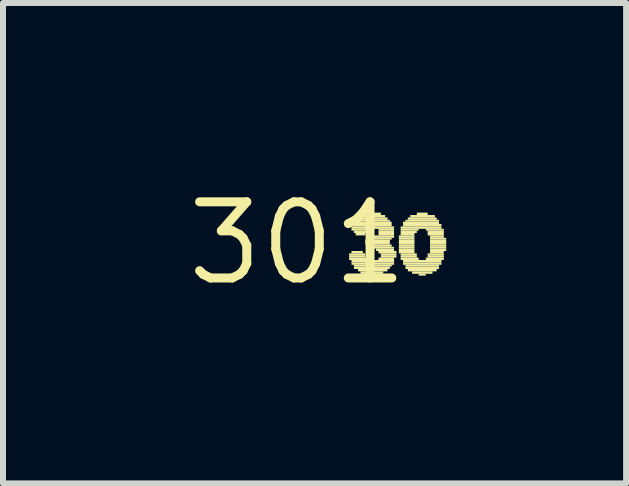
<source format=kicad_pcb>
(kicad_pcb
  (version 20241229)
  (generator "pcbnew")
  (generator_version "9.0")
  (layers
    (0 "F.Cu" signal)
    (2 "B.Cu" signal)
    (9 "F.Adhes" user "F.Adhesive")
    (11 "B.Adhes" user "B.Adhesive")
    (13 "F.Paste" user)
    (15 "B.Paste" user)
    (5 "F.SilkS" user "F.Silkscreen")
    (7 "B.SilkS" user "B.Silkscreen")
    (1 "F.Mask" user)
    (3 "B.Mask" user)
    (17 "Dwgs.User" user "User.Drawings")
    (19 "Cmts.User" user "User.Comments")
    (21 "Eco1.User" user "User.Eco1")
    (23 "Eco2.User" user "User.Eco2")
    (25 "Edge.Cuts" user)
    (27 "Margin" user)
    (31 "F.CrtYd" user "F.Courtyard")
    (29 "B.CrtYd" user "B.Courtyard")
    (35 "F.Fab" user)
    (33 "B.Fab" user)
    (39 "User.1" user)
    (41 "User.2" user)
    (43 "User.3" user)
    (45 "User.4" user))
  (footprint "301"
    (layer "F.Cu")
    (at 1.912 1.006)
    (property "Reference" "301" (at 0 0 0) (layer "F.SilkS") (effects (font (size 1.27 1.27) (thickness 0.15))))
    (fp_poly (pts (xy 0.86 0.21) (xy 1.13 0.21) (xy 1.13 0.17) (xy 0.86 0.17)) (stroke (width 0) (type default)) (fill yes) (layer "F.SilkS"))
    (fp_poly (pts (xy 0.86 0.24) (xy 1.13 0.24) (xy 1.13 0.21) (xy 0.86 0.21)) (stroke (width 0) (type default)) (fill yes) (layer "F.SilkS"))
    (fp_poly (pts (xy 0.86 0.28) (xy 1.16 0.28) (xy 1.16 0.24) (xy 0.86 0.24)) (stroke (width 0) (type default)) (fill yes) (layer "F.SilkS"))
    (fp_poly (pts (xy 0.9 -0.24) (xy 1.61 -0.24) (xy 1.61 -0.28) (xy 0.9 -0.28)) (stroke (width 0) (type default)) (fill yes) (layer "F.SilkS"))
    (fp_poly (pts (xy 0.9 -0.21) (xy 1.16 -0.21) (xy 1.16 -0.24) (xy 0.9 -0.24)) (stroke (width 0) (type default)) (fill yes) (layer "F.SilkS"))
    (fp_poly (pts (xy 0.9 0.17) (xy 1.09 0.17) (xy 1.09 0.13) (xy 0.9 0.13)) (stroke (width 0) (type default)) (fill yes) (layer "F.SilkS"))
    (fp_poly (pts (xy 0.9 0.32) (xy 1.61 0.32) (xy 1.61 0.28) (xy 0.9 0.28)) (stroke (width 0) (type default)) (fill yes) (layer "F.SilkS"))
    (fp_poly (pts (xy 0.9 0.36) (xy 1.61 0.36) (xy 1.61 0.32) (xy 0.9 0.32)) (stroke (width 0) (type default)) (fill yes) (layer "F.SilkS"))
    (fp_poly (pts (xy 0.94 -0.32) (xy 1.57 -0.32) (xy 1.57 -0.36) (xy 0.94 -0.36)) (stroke (width 0) (type default)) (fill yes) (layer "F.SilkS"))
    (fp_poly (pts (xy 0.94 -0.28) (xy 1.57 -0.28) (xy 1.57 -0.32) (xy 0.94 -0.32)) (stroke (width 0) (type default)) (fill yes) (layer "F.SilkS"))
    (fp_poly (pts (xy 0.94 -0.17) (xy 1.16 -0.17) (xy 1.16 -0.21) (xy 0.94 -0.21)) (stroke (width 0) (type default)) (fill yes) (layer "F.SilkS"))
    (fp_poly (pts (xy 0.94 0.39) (xy 1.57 0.39) (xy 1.57 0.36) (xy 0.94 0.36)) (stroke (width 0) (type default)) (fill yes) (layer "F.SilkS"))
    (fp_poly (pts (xy 0.94 0.43) (xy 1.54 0.43) (xy 1.54 0.39) (xy 0.94 0.39)) (stroke (width 0) (type default)) (fill yes) (layer "F.SilkS"))
    (fp_poly (pts (xy 0.97 -0.36) (xy 1.54 -0.36) (xy 1.54 -0.39) (xy 0.97 -0.39)) (stroke (width 0) (type default)) (fill yes) (layer "F.SilkS"))
    (fp_poly (pts (xy 0.97 -0.13) (xy 1.13 -0.13) (xy 1.13 -0.17) (xy 0.97 -0.17)) (stroke (width 0) (type default)) (fill yes) (layer "F.SilkS"))
    (fp_poly (pts (xy 1.01 -0.39) (xy 1.5 -0.39) (xy 1.5 -0.43) (xy 1.01 -0.43)) (stroke (width 0) (type default)) (fill yes) (layer "F.SilkS"))
    (fp_poly (pts (xy 1.01 0.47) (xy 1.5 0.47) (xy 1.5 0.43) (xy 1.01 0.43)) (stroke (width 0) (type default)) (fill yes) (layer "F.SilkS"))
    (fp_poly (pts (xy 1.05 -0.43) (xy 1.46 -0.43) (xy 1.46 -0.47) (xy 1.05 -0.47)) (stroke (width 0) (type default)) (fill yes) (layer "F.SilkS"))
    (fp_poly (pts (xy 1.05 0.51) (xy 1.43 0.51) (xy 1.43 0.47) (xy 1.05 0.47)) (stroke (width 0) (type default)) (fill yes) (layer "F.SilkS"))
    (fp_poly (pts (xy 1.13 -0.47) (xy 1.39 -0.47) (xy 1.39 -0.51) (xy 1.13 -0.51)) (stroke (width 0) (type default)) (fill yes) (layer "F.SilkS"))
    (fp_poly (pts (xy 1.13 -0.02) (xy 1.54 -0.02) (xy 1.54 -0.06) (xy 1.13 -0.06)) (stroke (width 0) (type default)) (fill yes) (layer "F.SilkS"))
    (fp_poly (pts (xy 1.13 0.02) (xy 1.54 0.02) (xy 1.54 -0.02) (xy 1.13 -0.02)) (stroke (width 0) (type default)) (fill yes) (layer "F.SilkS"))
    (fp_poly (pts (xy 1.16 -0.09) (xy 1.61 -0.09) (xy 1.61 -0.13) (xy 1.16 -0.13)) (stroke (width 0) (type default)) (fill yes) (layer "F.SilkS"))
    (fp_poly (pts (xy 1.16 -0.06) (xy 1.57 -0.06) (xy 1.57 -0.09) (xy 1.16 -0.09)) (stroke (width 0) (type default)) (fill yes) (layer "F.SilkS"))
    (fp_poly (pts (xy 1.16 0.06) (xy 1.57 0.06) (xy 1.57 0.02) (xy 1.16 0.02)) (stroke (width 0) (type default)) (fill yes) (layer "F.SilkS"))
    (fp_poly (pts (xy 1.16 0.09) (xy 1.61 0.09) (xy 1.61 0.06) (xy 1.16 0.06)) (stroke (width 0) (type default)) (fill yes) (layer "F.SilkS"))
    (fp_poly (pts (xy 1.2 0.54) (xy 1.31 0.54) (xy 1.31 0.51) (xy 1.2 0.51)) (stroke (width 0) (type default)) (fill yes) (layer "F.SilkS"))
    (fp_poly (pts (xy 1.31 0.13) (xy 1.61 0.13) (xy 1.61 0.09) (xy 1.31 0.09)) (stroke (width 0) (type default)) (fill yes) (layer "F.SilkS"))
    (fp_poly (pts (xy 1.35 -0.21) (xy 1.61 -0.21) (xy 1.61 -0.24) (xy 1.35 -0.24)) (stroke (width 0) (type default)) (fill yes) (layer "F.SilkS"))
    (fp_poly (pts (xy 1.35 -0.17) (xy 1.61 -0.17) (xy 1.61 -0.21) (xy 1.35 -0.21)) (stroke (width 0) (type default)) (fill yes) (layer "F.SilkS"))
    (fp_poly (pts (xy 1.35 -0.13) (xy 1.61 -0.13) (xy 1.61 -0.17) (xy 1.35 -0.17)) (stroke (width 0) (type default)) (fill yes) (layer "F.SilkS"))
    (fp_poly (pts (xy 1.35 0.17) (xy 1.65 0.17) (xy 1.65 0.13) (xy 1.35 0.13)) (stroke (width 0) (type default)) (fill yes) (layer "F.SilkS"))
    (fp_poly (pts (xy 1.35 0.28) (xy 1.61 0.28) (xy 1.61 0.24) (xy 1.35 0.24)) (stroke (width 0) (type default)) (fill yes) (layer "F.SilkS"))
    (fp_poly (pts (xy 1.39 0.21) (xy 1.65 0.21) (xy 1.65 0.17) (xy 1.39 0.17)) (stroke (width 0) (type default)) (fill yes) (layer "F.SilkS"))
    (fp_poly (pts (xy 1.39 0.24) (xy 1.65 0.24) (xy 1.65 0.21) (xy 1.39 0.21)) (stroke (width 0) (type default)) (fill yes) (layer "F.SilkS"))
    (fp_poly (pts (xy 1.69 -0.09) (xy 1.95 -0.09) (xy 1.95 -0.13) (xy 1.69 -0.13)) (stroke (width 0) (type default)) (fill yes) (layer "F.SilkS"))
    (fp_poly (pts (xy 1.69 -0.06) (xy 1.95 -0.06) (xy 1.95 -0.09) (xy 1.69 -0.09)) (stroke (width 0) (type default)) (fill yes) (layer "F.SilkS"))
    (fp_poly (pts (xy 1.69 -0.02) (xy 1.95 -0.02) (xy 1.95 -0.06) (xy 1.69 -0.06)) (stroke (width 0) (type default)) (fill yes) (layer "F.SilkS"))
    (fp_poly (pts (xy 1.69 0.02) (xy 1.95 0.02) (xy 1.95 -0.02) (xy 1.69 -0.02)) (stroke (width 0) (type default)) (fill yes) (layer "F.SilkS"))
    (fp_poly (pts (xy 1.69 0.06) (xy 1.95 0.06) (xy 1.95 0.02) (xy 1.69 0.02)) (stroke (width 0) (type default)) (fill yes) (layer "F.SilkS"))
    (fp_poly (pts (xy 1.69 0.09) (xy 1.95 0.09) (xy 1.95 0.06) (xy 1.69 0.06)) (stroke (width 0) (type default)) (fill yes) (layer "F.SilkS"))
    (fp_poly (pts (xy 1.69 0.13) (xy 1.95 0.13) (xy 1.95 0.09) (xy 1.69 0.09)) (stroke (width 0) (type default)) (fill yes) (layer "F.SilkS"))
    (fp_poly (pts (xy 1.69 0.17) (xy 1.95 0.17) (xy 1.95 0.13) (xy 1.69 0.13)) (stroke (width 0) (type default)) (fill yes) (layer "F.SilkS"))
    (fp_poly (pts (xy 1.72 -0.24) (xy 2.4 -0.24) (xy 2.4 -0.28) (xy 1.72 -0.28)) (stroke (width 0) (type default)) (fill yes) (layer "F.SilkS"))
    (fp_poly (pts (xy 1.72 -0.21) (xy 2.02 -0.21) (xy 2.02 -0.24) (xy 1.72 -0.24)) (stroke (width 0) (type default)) (fill yes) (layer "F.SilkS"))
    (fp_poly (pts (xy 1.72 -0.17) (xy 1.99 -0.17) (xy 1.99 -0.21) (xy 1.72 -0.21)) (stroke (width 0) (type default)) (fill yes) (layer "F.SilkS"))
    (fp_poly (pts (xy 1.72 -0.13) (xy 1.95 -0.13) (xy 1.95 -0.17) (xy 1.72 -0.17)) (stroke (width 0) (type default)) (fill yes) (layer "F.SilkS"))
    (fp_poly (pts (xy 1.72 0.21) (xy 1.99 0.21) (xy 1.99 0.17) (xy 1.72 0.17)) (stroke (width 0) (type default)) (fill yes) (layer "F.SilkS"))
    (fp_poly (pts (xy 1.72 0.24) (xy 1.99 0.24) (xy 1.99 0.21) (xy 1.72 0.21)) (stroke (width 0) (type default)) (fill yes) (layer "F.SilkS"))
    (fp_poly (pts (xy 1.72 0.28) (xy 2.02 0.28) (xy 2.02 0.24) (xy 1.72 0.24)) (stroke (width 0) (type default)) (fill yes) (layer "F.SilkS"))
    (fp_poly (pts (xy 1.76 -0.32) (xy 2.36 -0.32) (xy 2.36 -0.36) (xy 1.76 -0.36)) (stroke (width 0) (type default)) (fill yes) (layer "F.SilkS"))
    (fp_poly (pts (xy 1.76 -0.28) (xy 2.4 -0.28) (xy 2.4 -0.32) (xy 1.76 -0.32)) (stroke (width 0) (type default)) (fill yes) (layer "F.SilkS"))
    (fp_poly (pts (xy 1.76 0.32) (xy 2.4 0.32) (xy 2.4 0.28) (xy 1.76 0.28)) (stroke (width 0) (type default)) (fill yes) (layer "F.SilkS"))
    (fp_poly (pts (xy 1.76 0.36) (xy 2.4 0.36) (xy 2.4 0.32) (xy 1.76 0.32)) (stroke (width 0) (type default)) (fill yes) (layer "F.SilkS"))
    (fp_poly (pts (xy 1.8 -0.36) (xy 2.36 -0.36) (xy 2.36 -0.39) (xy 1.8 -0.39)) (stroke (width 0) (type default)) (fill yes) (layer "F.SilkS"))
    (fp_poly (pts (xy 1.8 0.39) (xy 2.36 0.39) (xy 2.36 0.36) (xy 1.8 0.36)) (stroke (width 0) (type default)) (fill yes) (layer "F.SilkS"))
    (fp_poly (pts (xy 1.8 0.43) (xy 2.36 0.43) (xy 2.36 0.39) (xy 1.8 0.39)) (stroke (width 0) (type default)) (fill yes) (layer "F.SilkS"))
    (fp_poly (pts (xy 1.84 -0.39) (xy 2.32 -0.39) (xy 2.32 -0.43) (xy 1.84 -0.43)) (stroke (width 0) (type default)) (fill yes) (layer "F.SilkS"))
    (fp_poly (pts (xy 1.84 0.47) (xy 2.32 0.47) (xy 2.32 0.43) (xy 1.84 0.43)) (stroke (width 0) (type default)) (fill yes) (layer "F.SilkS"))
    (fp_poly (pts (xy 1.88 -0.43) (xy 2.29 -0.43) (xy 2.29 -0.47) (xy 1.88 -0.47)) (stroke (width 0) (type default)) (fill yes) (layer "F.SilkS"))
    (fp_poly (pts (xy 1.91 0.51) (xy 2.25 0.51) (xy 2.25 0.47) (xy 1.91 0.47)) (stroke (width 0) (type default)) (fill yes) (layer "F.SilkS"))
    (fp_poly (pts (xy 1.99 -0.47) (xy 2.17 -0.47) (xy 2.17 -0.51) (xy 1.99 -0.51)) (stroke (width 0) (type default)) (fill yes) (layer "F.SilkS"))
    (fp_poly (pts (xy 2.02 0.54) (xy 2.14 0.54) (xy 2.14 0.51) (xy 2.02 0.51)) (stroke (width 0) (type default)) (fill yes) (layer "F.SilkS"))
    (fp_poly (pts (xy 2.14 -0.21) (xy 2.44 -0.21) (xy 2.44 -0.24) (xy 2.14 -0.24)) (stroke (width 0) (type default)) (fill yes) (layer "F.SilkS"))
    (fp_poly (pts (xy 2.14 0.28) (xy 2.44 0.28) (xy 2.44 0.24) (xy 2.14 0.24)) (stroke (width 0) (type default)) (fill yes) (layer "F.SilkS"))
    (fp_poly (pts (xy 2.17 -0.17) (xy 2.44 -0.17) (xy 2.44 -0.21) (xy 2.17 -0.21)) (stroke (width 0) (type default)) (fill yes) (layer "F.SilkS"))
    (fp_poly (pts (xy 2.17 -0.13) (xy 2.44 -0.13) (xy 2.44 -0.17) (xy 2.17 -0.17)) (stroke (width 0) (type default)) (fill yes) (layer "F.SilkS"))
    (fp_poly (pts (xy 2.17 0.21) (xy 2.44 0.21) (xy 2.44 0.17) (xy 2.17 0.17)) (stroke (width 0) (type default)) (fill yes) (layer "F.SilkS"))
    (fp_poly (pts (xy 2.17 0.24) (xy 2.44 0.24) (xy 2.44 0.21) (xy 2.17 0.21)) (stroke (width 0) (type default)) (fill yes) (layer "F.SilkS"))
    (fp_poly (pts (xy 2.21 -0.09) (xy 2.44 -0.09) (xy 2.44 -0.13) (xy 2.21 -0.13)) (stroke (width 0) (type default)) (fill yes) (layer "F.SilkS"))
    (fp_poly (pts (xy 2.21 -0.06) (xy 2.48 -0.06) (xy 2.48 -0.09) (xy 2.21 -0.09)) (stroke (width 0) (type default)) (fill yes) (layer "F.SilkS"))
    (fp_poly (pts (xy 2.21 -0.02) (xy 2.48 -0.02) (xy 2.48 -0.06) (xy 2.21 -0.06)) (stroke (width 0) (type default)) (fill yes) (layer "F.SilkS"))
    (fp_poly (pts (xy 2.21 0.02) (xy 2.48 0.02) (xy 2.48 -0.02) (xy 2.21 -0.02)) (stroke (width 0) (type default)) (fill yes) (layer "F.SilkS"))
    (fp_poly (pts (xy 2.21 0.06) (xy 2.48 0.06) (xy 2.48 0.02) (xy 2.21 0.02)) (stroke (width 0) (type default)) (fill yes) (layer "F.SilkS"))
    (fp_poly (pts (xy 2.21 0.09) (xy 2.48 0.09) (xy 2.48 0.06) (xy 2.21 0.06)) (stroke (width 0) (type default)) (fill yes) (layer "F.SilkS"))
    (fp_poly (pts (xy 2.21 0.13) (xy 2.48 0.13) (xy 2.48 0.09) (xy 2.21 0.09)) (stroke (width 0) (type default)) (fill yes) (layer "F.SilkS"))
    (fp_poly (pts (xy 2.21 0.17) (xy 2.44 0.17) (xy 2.44 0.13) (xy 2.21 0.13)) (stroke (width 0) (type default)) (fill yes) (layer "F.SilkS")))
  (gr_rect
    (start -3 -3)
    (end 7.392 5.012)
    (stroke (width 0.1) (type default))
    (fill no)
    (layer "Edge.Cuts")))
</source>
